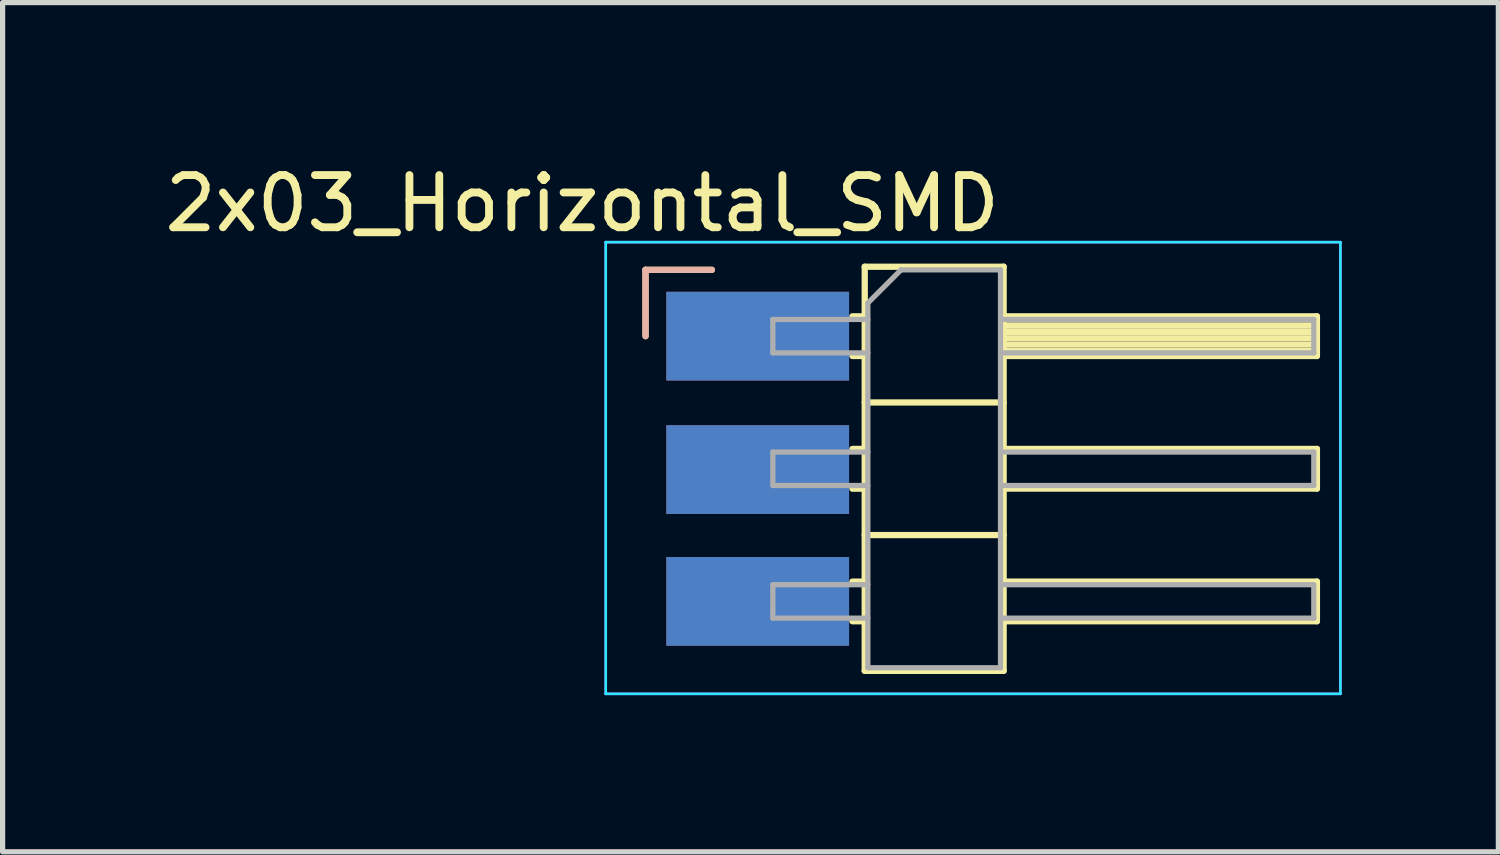
<source format=kicad_pcb>
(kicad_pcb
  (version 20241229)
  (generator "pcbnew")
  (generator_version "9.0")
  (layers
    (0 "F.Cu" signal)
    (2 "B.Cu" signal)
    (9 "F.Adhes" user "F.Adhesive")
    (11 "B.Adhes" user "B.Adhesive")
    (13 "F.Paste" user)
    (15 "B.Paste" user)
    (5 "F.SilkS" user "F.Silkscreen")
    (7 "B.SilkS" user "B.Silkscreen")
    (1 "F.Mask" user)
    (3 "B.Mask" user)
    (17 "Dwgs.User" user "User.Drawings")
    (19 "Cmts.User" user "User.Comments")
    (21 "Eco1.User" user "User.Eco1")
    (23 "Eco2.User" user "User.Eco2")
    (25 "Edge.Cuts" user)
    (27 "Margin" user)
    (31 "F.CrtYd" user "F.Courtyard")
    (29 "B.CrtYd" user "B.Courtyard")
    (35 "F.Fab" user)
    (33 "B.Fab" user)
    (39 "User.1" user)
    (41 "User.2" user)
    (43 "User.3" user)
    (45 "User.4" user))
  (footprint "2x03_Horizontal_SMD"
    (layer "F.Cu")
    (at 12.361 0.848)
    (property "Reference" "2x03_Horizontal_SMD" (at -4.26 0 0) (unlocked yes) (layer "F.SilkS") (effects (font (size 1 1) (thickness 0.15))))
    (attr smd)
    (fp_line (start -3.048 1.27) (end -1.778 1.27) (stroke (width 0.12) (type solid)) (layer "F.SilkS"))
    (fp_line (start -3.048 2.54) (end -3.048 1.27) (stroke (width 0.12) (type solid)) (layer "F.SilkS"))
    (fp_line (start 0.914 2.16) (end 1.15 2.16) (stroke (width 0.12) (type solid)) (layer "F.SilkS"))
    (fp_line (start 0.914 2.92) (end 1.15 2.92) (stroke (width 0.12) (type solid)) (layer "F.SilkS"))
    (fp_line (start 0.914 4.7) (end 1.15 4.7) (stroke (width 0.12) (type solid)) (layer "F.SilkS"))
    (fp_line (start 0.914 5.461) (end 1.15 5.46) (stroke (width 0.12) (type solid)) (layer "F.SilkS"))
    (fp_line (start 0.914 7.24) (end 1.15 7.24) (stroke (width 0.12) (type solid)) (layer "F.SilkS"))
    (fp_line (start 0.914 8) (end 1.15 8) (stroke (width 0.12) (type solid)) (layer "F.SilkS"))
    (fp_line (start 1.15 1.21) (end 1.15 8.95) (stroke (width 0.12) (type solid)) (layer "F.SilkS"))
    (fp_line (start 1.15 3.81) (end 3.81 3.81) (stroke (width 0.12) (type solid)) (layer "F.SilkS"))
    (fp_line (start 1.15 6.35) (end 3.81 6.35) (stroke (width 0.12) (type solid)) (layer "F.SilkS"))
    (fp_line (start 1.15 8.95) (end 3.81 8.95) (stroke (width 0.12) (type solid)) (layer "F.SilkS"))
    (fp_line (start 3.81 1.21) (end 1.15 1.21) (stroke (width 0.12) (type solid)) (layer "F.SilkS"))
    (fp_line (start 3.81 2.16) (end 9.81 2.16) (stroke (width 0.12) (type solid)) (layer "F.SilkS"))
    (fp_line (start 3.81 2.22) (end 9.81 2.22) (stroke (width 0.12) (type solid)) (layer "F.SilkS"))
    (fp_line (start 3.81 2.34) (end 9.81 2.34) (stroke (width 0.12) (type solid)) (layer "F.SilkS"))
    (fp_line (start 3.81 2.46) (end 9.81 2.46) (stroke (width 0.12) (type solid)) (layer "F.SilkS"))
    (fp_line (start 3.81 2.58) (end 9.81 2.58) (stroke (width 0.12) (type solid)) (layer "F.SilkS"))
    (fp_line (start 3.81 2.7) (end 9.81 2.7) (stroke (width 0.12) (type solid)) (layer "F.SilkS"))
    (fp_line (start 3.81 2.82) (end 9.81 2.82) (stroke (width 0.12) (type solid)) (layer "F.SilkS"))
    (fp_line (start 3.81 4.7) (end 9.81 4.7) (stroke (width 0.12) (type solid)) (layer "F.SilkS"))
    (fp_line (start 3.81 7.24) (end 9.81 7.24) (stroke (width 0.12) (type solid)) (layer "F.SilkS"))
    (fp_line (start 3.81 8.95) (end 3.81 1.21) (stroke (width 0.12) (type solid)) (layer "F.SilkS"))
    (fp_line (start 9.81 2.16) (end 9.81 2.92) (stroke (width 0.12) (type solid)) (layer "F.SilkS"))
    (fp_line (start 9.81 2.92) (end 3.81 2.92) (stroke (width 0.12) (type solid)) (layer "F.SilkS"))
    (fp_line (start 9.81 4.7) (end 9.81 5.46) (stroke (width 0.12) (type solid)) (layer "F.SilkS"))
    (fp_line (start 9.81 5.46) (end 3.81 5.46) (stroke (width 0.12) (type solid)) (layer "F.SilkS"))
    (fp_line (start 9.81 7.24) (end 9.81 8) (stroke (width 0.12) (type solid)) (layer "F.SilkS"))
    (fp_line (start 9.81 8) (end 3.81 8) (stroke (width 0.12) (type solid)) (layer "F.SilkS"))
    (fp_line (start -3.048 1.27) (end -1.778 1.27) (stroke (width 0.12) (type solid)) (layer "B.SilkS"))
    (fp_line (start -3.048 2.54) (end -3.048 1.27) (stroke (width 0.12) (type solid)) (layer "B.SilkS"))
    (fp_line (start -3.81 0.74) (end -3.81 9.39) (stroke (width 0.05) (type solid)) (layer "B.CrtYd"))
    (fp_line (start -3.81 9.39) (end 10.26 9.39) (stroke (width 0.05) (type solid)) (layer "B.CrtYd"))
    (fp_line (start 10.26 0.74) (end -3.81 0.74) (stroke (width 0.05) (type solid)) (layer "B.CrtYd"))
    (fp_line (start 10.26 9.39) (end 10.26 0.74) (stroke (width 0.05) (type solid)) (layer "B.CrtYd"))
    (fp_line (start -3.81 0.74) (end -3.81 9.39) (stroke (width 0.05) (type solid)) (layer "F.CrtYd"))
    (fp_line (start -3.81 9.39) (end 10.26 9.39) (stroke (width 0.05) (type solid)) (layer "F.CrtYd"))
    (fp_line (start 10.26 0.74) (end -3.81 0.74) (stroke (width 0.05) (type solid)) (layer "F.CrtYd"))
    (fp_line (start 10.26 9.39) (end 10.26 0.74) (stroke (width 0.05) (type solid)) (layer "F.CrtYd"))
    (fp_line (start -0.61 2.22) (end -0.61 2.86) (stroke (width 0.1) (type solid)) (layer "F.Fab"))
    (fp_line (start -0.61 2.22) (end 1.21 2.22) (stroke (width 0.1) (type solid)) (layer "F.Fab"))
    (fp_line (start -0.61 2.86) (end 1.21 2.86) (stroke (width 0.1) (type solid)) (layer "F.Fab"))
    (fp_line (start -0.61 4.76) (end -0.61 5.4) (stroke (width 0.1) (type solid)) (layer "F.Fab"))
    (fp_line (start -0.61 4.76) (end 1.21 4.76) (stroke (width 0.1) (type solid)) (layer "F.Fab"))
    (fp_line (start -0.61 5.4) (end 1.21 5.4) (stroke (width 0.1) (type solid)) (layer "F.Fab"))
    (fp_line (start -0.61 7.3) (end -0.61 7.94) (stroke (width 0.1) (type solid)) (layer "F.Fab"))
    (fp_line (start -0.61 7.3) (end 1.21 7.3) (stroke (width 0.1) (type solid)) (layer "F.Fab"))
    (fp_line (start -0.61 7.94) (end 1.21 7.94) (stroke (width 0.1) (type solid)) (layer "F.Fab"))
    (fp_line (start 1.21 1.905) (end 1.845 1.27) (stroke (width 0.1) (type solid)) (layer "F.Fab"))
    (fp_line (start 1.21 8.89) (end 1.21 1.905) (stroke (width 0.1) (type solid)) (layer "F.Fab"))
    (fp_line (start 1.845 1.27) (end 3.75 1.27) (stroke (width 0.1) (type solid)) (layer "F.Fab"))
    (fp_line (start 3.75 1.27) (end 3.75 8.89) (stroke (width 0.1) (type solid)) (layer "F.Fab"))
    (fp_line (start 3.75 2.22) (end 9.75 2.22) (stroke (width 0.1) (type solid)) (layer "F.Fab"))
    (fp_line (start 3.75 2.86) (end 9.75 2.86) (stroke (width 0.1) (type solid)) (layer "F.Fab"))
    (fp_line (start 3.75 4.76) (end 9.75 4.76) (stroke (width 0.1) (type solid)) (layer "F.Fab"))
    (fp_line (start 3.75 5.4) (end 9.75 5.4) (stroke (width 0.1) (type solid)) (layer "F.Fab"))
    (fp_line (start 3.75 7.3) (end 9.75 7.3) (stroke (width 0.1) (type solid)) (layer "F.Fab"))
    (fp_line (start 3.75 7.94) (end 9.75 7.94) (stroke (width 0.1) (type solid)) (layer "F.Fab"))
    (fp_line (start 3.75 8.89) (end 1.21 8.89) (stroke (width 0.1) (type solid)) (layer "F.Fab"))
    (fp_line (start 9.75 2.22) (end 9.75 2.86) (stroke (width 0.1) (type solid)) (layer "F.Fab"))
    (fp_line (start 9.75 4.76) (end 9.75 5.4) (stroke (width 0.1) (type solid)) (layer "F.Fab"))
    (fp_line (start 9.75 7.3) (end 9.75 7.94) (stroke (width 0.1) (type solid)) (layer "F.Fab"))
    (pad "1" smd rect (at 0 2.54) (size 3.5 1.7) (drill (offset -0.9 0)) (layers "F.Cu" "F.Mask"))
    (pad "2" smd rect (at 0 2.54) (size 3.5 1.7) (drill (offset -0.9 0)) (layers "B.Cu" "B.Mask"))
    (pad "3" smd rect (at 0 5.095) (size 3.5 1.7) (drill (offset -0.9 0)) (layers "F.Cu" "F.Mask"))
    (pad "4" smd rect (at 0 5.095) (size 3.5 1.7) (drill (offset -0.9 0)) (layers "B.Cu" "B.Mask"))
    (pad "5" smd rect (at 0 7.62) (size 3.5 1.7) (drill (offset -0.9 0)) (layers "F.Cu" "F.Mask"))
    (pad "6" smd rect (at 0 7.62) (size 3.5 1.7) (drill (offset -0.9 0)) (layers "B.Cu" "B.Mask")))
  (gr_rect
    (start -3 -3)
    (end 25.646 13.263)
    (stroke (width 0.1) (type default))
    (fill no)
    (layer "Edge.Cuts")))
</source>
